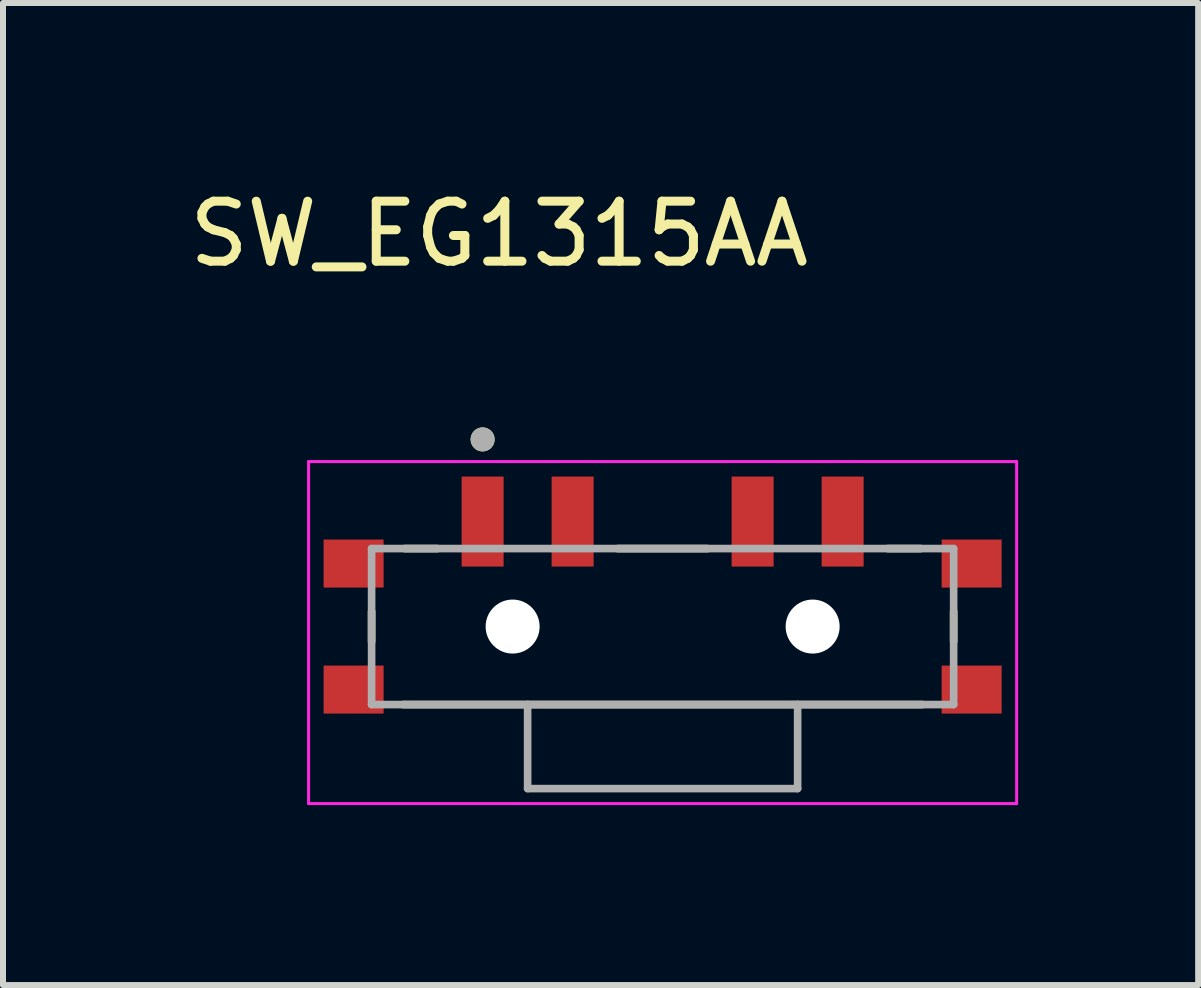
<source format=kicad_pcb>
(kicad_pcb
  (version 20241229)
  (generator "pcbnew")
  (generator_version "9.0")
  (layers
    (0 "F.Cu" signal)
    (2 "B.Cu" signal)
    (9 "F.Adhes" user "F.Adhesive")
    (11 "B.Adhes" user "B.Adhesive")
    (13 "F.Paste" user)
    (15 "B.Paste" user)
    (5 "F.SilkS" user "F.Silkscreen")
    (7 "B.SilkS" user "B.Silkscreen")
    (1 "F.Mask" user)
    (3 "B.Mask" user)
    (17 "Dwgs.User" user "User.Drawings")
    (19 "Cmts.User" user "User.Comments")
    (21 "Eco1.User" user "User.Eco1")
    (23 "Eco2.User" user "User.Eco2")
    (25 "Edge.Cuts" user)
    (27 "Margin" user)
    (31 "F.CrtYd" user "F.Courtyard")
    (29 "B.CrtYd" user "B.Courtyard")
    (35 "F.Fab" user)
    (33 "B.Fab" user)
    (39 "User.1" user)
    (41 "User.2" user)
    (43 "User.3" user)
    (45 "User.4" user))
  (footprint "SW_EG1315AA"
    (layer "F.Cu")
    (at 7.993 7.392)
    (property "Reference" "SW_EG1315AA" (at -2.725 -6.544 0) (layer "F.SilkS") (effects (font (size 1 1) (thickness 0.15))))
    (attr smd)
    (fp_line (start -4.85 -0.25) (end -4.85 0.25) (stroke (width 0.127) (type solid)) (layer "F.SilkS"))
    (fp_line (start -4.3 -1.3) (end -3.75 -1.3) (stroke (width 0.127) (type solid)) (layer "F.SilkS"))
    (fp_line (start -0.75 -1.3) (end 0.75 -1.3) (stroke (width 0.127) (type solid)) (layer "F.SilkS"))
    (fp_line (start 3.75 -1.3) (end 4.3 -1.3) (stroke (width 0.127) (type solid)) (layer "F.SilkS"))
    (fp_line (start 4.33 1.3) (end -4.33 1.3) (stroke (width 0.127) (type solid)) (layer "F.SilkS"))
    (fp_line (start 4.85 -0.25) (end 4.85 0.25) (stroke (width 0.127) (type solid)) (layer "F.SilkS"))
    (fp_circle (center -3 -3.119) (end -2.9 -3.119) (stroke (width 0.2) (type solid)) (fill no) (layer "F.SilkS"))
    (fp_line (start -5.9 -2.75) (end -5.9 2.95) (stroke (width 0.05) (type solid)) (layer "F.CrtYd"))
    (fp_line (start -5.9 2.95) (end 5.9 2.95) (stroke (width 0.05) (type solid)) (layer "F.CrtYd"))
    (fp_line (start 5.9 -2.75) (end -5.9 -2.75) (stroke (width 0.05) (type solid)) (layer "F.CrtYd"))
    (fp_line (start 5.9 2.95) (end 5.9 -2.75) (stroke (width 0.05) (type solid)) (layer "F.CrtYd"))
    (fp_line (start -4.85 -1.3) (end 4.85 -1.3) (stroke (width 0.127) (type solid)) (layer "F.Fab"))
    (fp_line (start -4.85 1.3) (end -4.85 -1.3) (stroke (width 0.127) (type solid)) (layer "F.Fab"))
    (fp_line (start -2.25 1.3) (end -4.85 1.3) (stroke (width 0.127) (type solid)) (layer "F.Fab"))
    (fp_line (start -2.25 1.3) (end -2.25 2.7) (stroke (width 0.127) (type solid)) (layer "F.Fab"))
    (fp_line (start -2.25 2.7) (end 2.25 2.7) (stroke (width 0.127) (type solid)) (layer "F.Fab"))
    (fp_line (start 2.25 1.3) (end -2.25 1.3) (stroke (width 0.127) (type solid)) (layer "F.Fab"))
    (fp_line (start 2.25 2.7) (end 2.25 1.3) (stroke (width 0.127) (type solid)) (layer "F.Fab"))
    (fp_line (start 4.85 -1.3) (end 4.85 1.3) (stroke (width 0.127) (type solid)) (layer "F.Fab"))
    (fp_line (start 4.85 1.3) (end 2.25 1.3) (stroke (width 0.127) (type solid)) (layer "F.Fab"))
    (fp_circle (center -3 -3.119) (end -2.9 -3.119) (stroke (width 0.2) (type solid)) (fill no) (layer "F.Fab"))
    (pad "" np_thru_hole circle (at -2.5 0) (size 0.9 0.9) (drill 0.9) (layers "*.Cu" "*.Mask"))
    (pad "" np_thru_hole circle (at 2.5 0) (size 0.9 0.9) (drill 0.9) (layers "*.Cu" "*.Mask"))
    (pad "1" smd rect (at -3 -1.75) (size 0.7 1.5) (layers "F.Cu" "F.Mask" "F.Paste"))
    (pad "2" smd rect (at -1.5 -1.75) (size 0.7 1.5) (layers "F.Cu" "F.Mask" "F.Paste"))
    (pad "3" smd rect (at 1.5 -1.75) (size 0.7 1.5) (layers "F.Cu" "F.Mask" "F.Paste"))
    (pad "4" smd rect (at 3 -1.75) (size 0.7 1.5) (layers "F.Cu" "F.Mask" "F.Paste"))
    (pad "SH1" smd rect (at -5.15 -1.05) (size 1 0.8) (layers "F.Cu" "F.Mask" "F.Paste"))
    (pad "SH2" smd rect (at -5.15 1.05) (size 1 0.8) (layers "F.Cu" "F.Mask" "F.Paste"))
    (pad "SH3" smd rect (at 5.15 1.05) (size 1 0.8) (layers "F.Cu" "F.Mask" "F.Paste"))
    (pad "SH4" smd rect (at 5.15 -1.05) (size 1 0.8) (layers "F.Cu" "F.Mask" "F.Paste")))
  (gr_rect
    (start -3 -3)
    (end 16.918 13.367)
    (stroke (width 0.1) (type default))
    (fill no)
    (layer "Edge.Cuts")))
</source>
